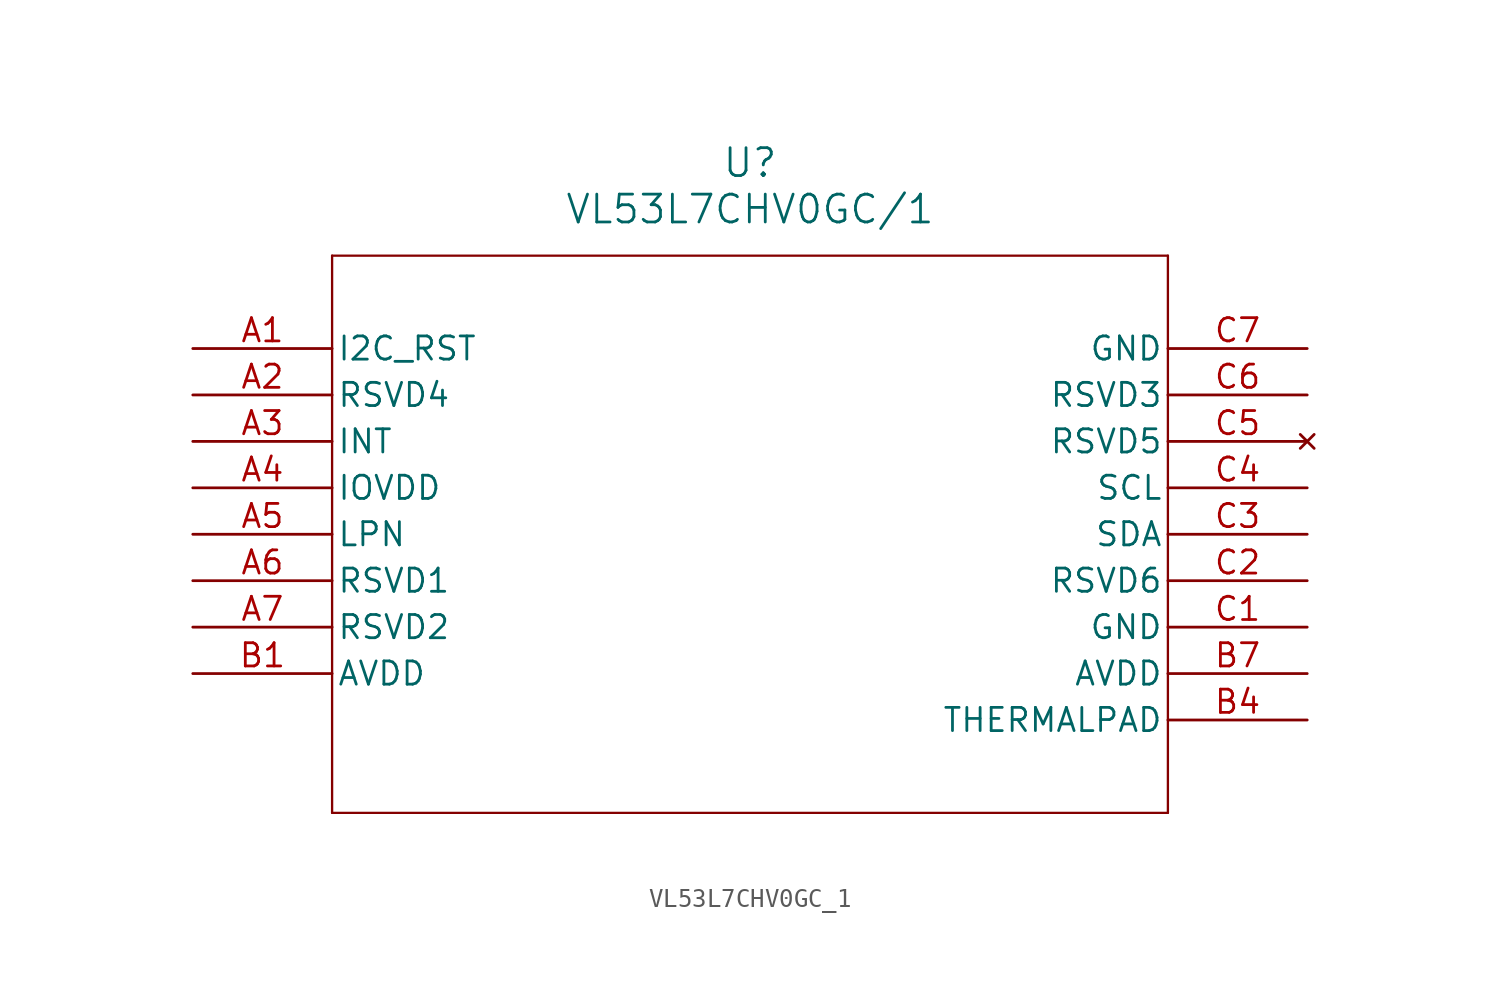
<source format=kicad_sym>
(kicad_symbol_lib
  (version 20211014)
  (generator kicad_symbol_editor)
  (symbol "VL53L7CHV0GC_1"
    (pin_names
      (offset 0.254))
    (property "Reference" "U"
      (at 30.48 10.16 0)
      (effects (font (size 1.524 1.524))))
    (property "Value" "VL53L7CHV0GC/1"
      (at 30.48 7.62 0)
      (effects (font (size 1.524 1.524))))
    (symbol "VL53L7CHV0GC_1_0_1"
      (polyline (pts (xy 7.62 5.08) (xy 7.62 -25.4)) (stroke (width 0.127) (type default) (color 0 0 0 0)) (fill (type none)))
      (polyline (pts (xy 7.62 -25.4) (xy 53.34 -25.4)) (stroke (width 0.127) (type default) (color 0 0 0 0)) (fill (type none)))
      (polyline (pts (xy 53.34 -25.4) (xy 53.34 5.08)) (stroke (width 0.127) (type default) (color 0 0 0 0)) (fill (type none)))
      (polyline (pts (xy 53.34 5.08) (xy 7.62 5.08)) (stroke (width 0.127) (type default) (color 0 0 0 0)) (fill (type none)))
      (pin input line (at 0 0 0) (length 7.62) (name "I2C_RST" (effects (font (size 1.27 1.27)))) (number "A1" (effects (font (size 1.27 1.27)))))
      (pin power_out line (at 0 -2.54 0) (length 7.62) (name "RSVD4" (effects (font (size 1.27 1.27)))) (number "A2" (effects (font (size 1.27 1.27)))))
      (pin bidirectional line (at 0 -5.08 0) (length 7.62) (name "INT" (effects (font (size 1.27 1.27)))) (number "A3" (effects (font (size 1.27 1.27)))))
      (pin power_in line (at 0 -7.62 0) (length 7.62) (name "IOVDD" (effects (font (size 1.27 1.27)))) (number "A4" (effects (font (size 1.27 1.27)))))
      (pin input line (at 0 -10.16 0) (length 7.62) (name "LPN" (effects (font (size 1.27 1.27)))) (number "A5" (effects (font (size 1.27 1.27)))))
      (pin power_out line (at 0 -12.7 0) (length 7.62) (name "RSVD1" (effects (font (size 1.27 1.27)))) (number "A6" (effects (font (size 1.27 1.27)))))
      (pin power_out line (at 0 -15.24 0) (length 7.62) (name "RSVD2" (effects (font (size 1.27 1.27)))) (number "A7" (effects (font (size 1.27 1.27)))))
      (pin power_in line (at 0 -17.78 0) (length 7.62) (name "AVDD" (effects (font (size 1.27 1.27)))) (number "B1" (effects (font (size 1.27 1.27)))))
      (pin power_out line (at 60.96 -20.32 180) (length 7.62) (name "THERMALPAD" (effects (font (size 1.27 1.27)))) (number "B4" (effects (font (size 1.27 1.27)))))
      (pin power_in line (at 60.96 -17.78 180) (length 7.62) (name "AVDD" (effects (font (size 1.27 1.27)))) (number "B7" (effects (font (size 1.27 1.27)))))
      (pin power_out line (at 60.96 -15.24 180) (length 7.62) (name "GND" (effects (font (size 1.27 1.27)))) (number "C1" (effects (font (size 1.27 1.27)))))
      (pin bidirectional line (at 60.96 -12.7 180) (length 7.62) (name "RSVD6" (effects (font (size 1.27 1.27)))) (number "C2" (effects (font (size 1.27 1.27)))))
      (pin bidirectional line (at 60.96 -10.16 180) (length 7.62) (name "SDA" (effects (font (size 1.27 1.27)))) (number "C3" (effects (font (size 1.27 1.27)))))
      (pin input line (at 60.96 -7.62 180) (length 7.62) (name "SCL" (effects (font (size 1.27 1.27)))) (number "C4" (effects (font (size 1.27 1.27)))))
      (pin no_connect line (at 60.96 -5.08 180) (length 7.62) (name "RSVD5" (effects (font (size 1.27 1.27)))) (number "C5" (effects (font (size 1.27 1.27)))))
      (pin power_out line (at 60.96 -2.54 180) (length 7.62) (name "RSVD3" (effects (font (size 1.27 1.27)))) (number "C6" (effects (font (size 1.27 1.27)))))
      (pin power_out line (at 60.96 0 180) (length 7.62) (name "GND" (effects (font (size 1.27 1.27)))) (number "C7" (effects (font (size 1.27 1.27))))))))
</source>
